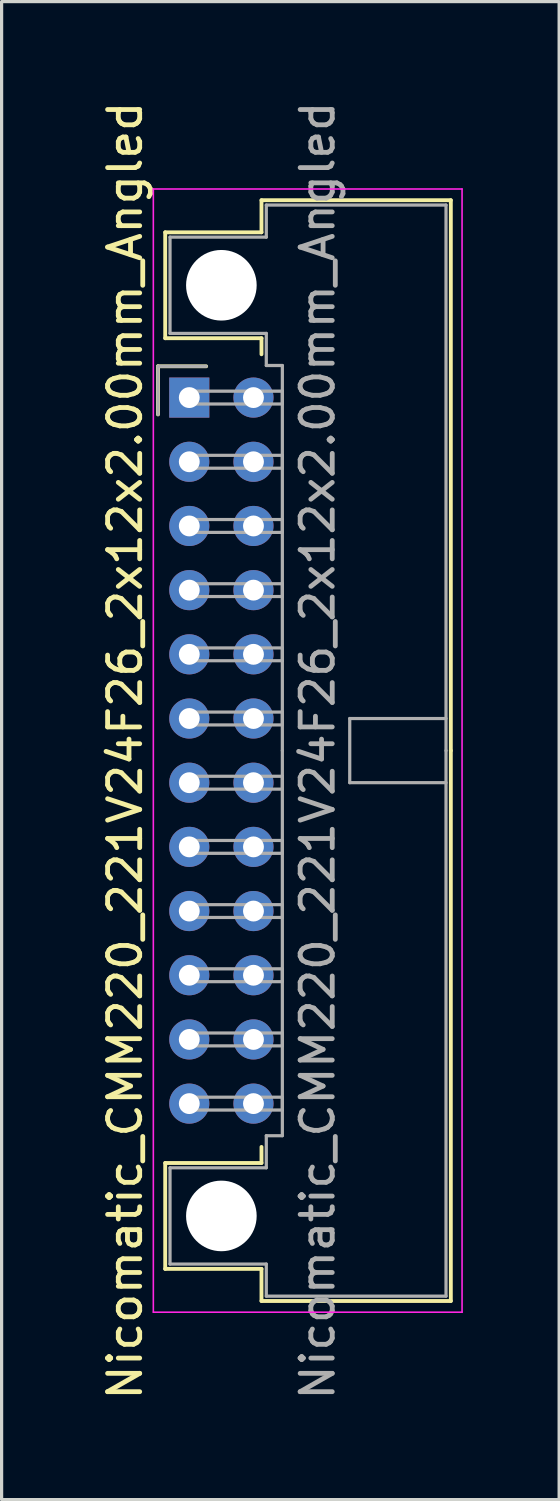
<source format=kicad_pcb>
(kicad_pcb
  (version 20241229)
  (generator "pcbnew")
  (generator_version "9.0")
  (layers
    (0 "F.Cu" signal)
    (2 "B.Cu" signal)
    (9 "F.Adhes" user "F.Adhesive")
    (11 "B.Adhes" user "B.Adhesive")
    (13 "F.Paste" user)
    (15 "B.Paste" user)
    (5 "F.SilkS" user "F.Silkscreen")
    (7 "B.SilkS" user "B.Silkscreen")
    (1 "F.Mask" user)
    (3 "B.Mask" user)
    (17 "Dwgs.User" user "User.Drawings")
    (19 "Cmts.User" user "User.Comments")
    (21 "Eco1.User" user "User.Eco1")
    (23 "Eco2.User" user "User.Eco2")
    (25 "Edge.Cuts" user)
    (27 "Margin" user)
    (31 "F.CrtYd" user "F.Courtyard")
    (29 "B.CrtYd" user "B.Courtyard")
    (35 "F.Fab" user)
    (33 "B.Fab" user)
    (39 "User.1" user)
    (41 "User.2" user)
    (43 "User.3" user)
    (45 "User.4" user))
  (footprint "Nicomatic_CMM220_221V24F26_2x12x2.00mm_Angled"
    (layer "F.Cu")
    (at 2.848 9.339)
    (property "Reference" "Nicomatic_CMM220_221V24F26_2x12x2.00mm_Angled" (at -2 11 90) (layer "F.SilkS") (effects (font (size 1 1) (thickness 0.15))))
    (attr through_hole)
    (fp_line (start -0.975 -0.975) (end -0.975 0.525) (stroke (width 0.12) (type solid)) (layer "F.SilkS"))
    (fp_line (start -0.75 -5.15) (end -0.75 -1.85) (stroke (width 0.12) (type solid)) (layer "F.SilkS"))
    (fp_line (start -0.75 -1.85) (end 2.25 -1.85) (stroke (width 0.12) (type solid)) (layer "F.SilkS"))
    (fp_line (start -0.75 23.85) (end 2.25 23.85) (stroke (width 0.12) (type solid)) (layer "F.SilkS"))
    (fp_line (start -0.75 27.15) (end -0.75 23.85) (stroke (width 0.12) (type solid)) (layer "F.SilkS"))
    (fp_line (start 0.525 -0.975) (end -0.975 -0.975) (stroke (width 0.12) (type solid)) (layer "F.SilkS"))
    (fp_line (start 2.25 -6.15) (end 2.25 -5.15) (stroke (width 0.12) (type solid)) (layer "F.SilkS"))
    (fp_line (start 2.25 -5.15) (end -0.75 -5.15) (stroke (width 0.12) (type solid)) (layer "F.SilkS"))
    (fp_line (start 2.25 -1.85) (end 2.25 -1.35) (stroke (width 0.12) (type solid)) (layer "F.SilkS"))
    (fp_line (start 2.25 23.85) (end 2.25 23.35) (stroke (width 0.12) (type solid)) (layer "F.SilkS"))
    (fp_line (start 2.25 27.15) (end -0.75 27.15) (stroke (width 0.12) (type solid)) (layer "F.SilkS"))
    (fp_line (start 2.25 28.15) (end 2.25 27.15) (stroke (width 0.12) (type solid)) (layer "F.SilkS"))
    (fp_line (start 8.15 -6.15) (end 2.25 -6.15) (stroke (width 0.12) (type solid)) (layer "F.SilkS"))
    (fp_line (start 8.15 11) (end 8.15 -6.15) (stroke (width 0.12) (type solid)) (layer "F.SilkS"))
    (fp_line (start 8.15 11) (end 8.15 28.15) (stroke (width 0.12) (type solid)) (layer "F.SilkS"))
    (fp_line (start 8.15 28.15) (end 2.25 28.15) (stroke (width 0.12) (type solid)) (layer "F.SilkS"))
    (fp_line (start -1.12 -6.5) (end -1.12 28.5) (stroke (width 0.05) (type solid)) (layer "F.CrtYd"))
    (fp_line (start -1.12 28.5) (end 8.5 28.5) (stroke (width 0.05) (type solid)) (layer "F.CrtYd"))
    (fp_line (start 8.5 -6.5) (end -1.12 -6.5) (stroke (width 0.05) (type solid)) (layer "F.CrtYd"))
    (fp_line (start 8.5 28.5) (end 8.5 -6.5) (stroke (width 0.05) (type solid)) (layer "F.CrtYd"))
    (fp_line (start -0.975 -0.975) (end -0.975 0.525) (stroke (width 0.1) (type solid)) (layer "F.Fab"))
    (fp_line (start -0.6 -5) (end -0.6 -2) (stroke (width 0.1) (type solid)) (layer "F.Fab"))
    (fp_line (start -0.6 -2) (end 2.4 -2) (stroke (width 0.1) (type solid)) (layer "F.Fab"))
    (fp_line (start -0.6 24) (end 2.4 24) (stroke (width 0.1) (type solid)) (layer "F.Fab"))
    (fp_line (start -0.6 27) (end -0.6 24) (stroke (width 0.1) (type solid)) (layer "F.Fab"))
    (fp_line (start 0 -0.2) (end 0 0.2) (stroke (width 0.1) (type solid)) (layer "F.Fab"))
    (fp_line (start 0 0.2) (end 2.9 0.2) (stroke (width 0.1) (type solid)) (layer "F.Fab"))
    (fp_line (start 0 1.8) (end 0 2.2) (stroke (width 0.1) (type solid)) (layer "F.Fab"))
    (fp_line (start 0 2.2) (end 2.9 2.2) (stroke (width 0.1) (type solid)) (layer "F.Fab"))
    (fp_line (start 0 3.8) (end 0 4.2) (stroke (width 0.1) (type solid)) (layer "F.Fab"))
    (fp_line (start 0 4.2) (end 2.9 4.2) (stroke (width 0.1) (type solid)) (layer "F.Fab"))
    (fp_line (start 0 5.8) (end 0 6.2) (stroke (width 0.1) (type solid)) (layer "F.Fab"))
    (fp_line (start 0 6.2) (end 2.9 6.2) (stroke (width 0.1) (type solid)) (layer "F.Fab"))
    (fp_line (start 0 7.8) (end 0 8.2) (stroke (width 0.1) (type solid)) (layer "F.Fab"))
    (fp_line (start 0 8.2) (end 2.9 8.2) (stroke (width 0.1) (type solid)) (layer "F.Fab"))
    (fp_line (start 0 9.8) (end 0 10.2) (stroke (width 0.1) (type solid)) (layer "F.Fab"))
    (fp_line (start 0 10.2) (end 2.9 10.2) (stroke (width 0.1) (type solid)) (layer "F.Fab"))
    (fp_line (start 0 11.8) (end 0 12.2) (stroke (width 0.1) (type solid)) (layer "F.Fab"))
    (fp_line (start 0 12.2) (end 2.9 12.2) (stroke (width 0.1) (type solid)) (layer "F.Fab"))
    (fp_line (start 0 13.8) (end 0 14.2) (stroke (width 0.1) (type solid)) (layer "F.Fab"))
    (fp_line (start 0 14.2) (end 2.9 14.2) (stroke (width 0.1) (type solid)) (layer "F.Fab"))
    (fp_line (start 0 15.8) (end 0 16.2) (stroke (width 0.1) (type solid)) (layer "F.Fab"))
    (fp_line (start 0 16.2) (end 2.9 16.2) (stroke (width 0.1) (type solid)) (layer "F.Fab"))
    (fp_line (start 0 17.8) (end 0 18.2) (stroke (width 0.1) (type solid)) (layer "F.Fab"))
    (fp_line (start 0 18.2) (end 2.9 18.2) (stroke (width 0.1) (type solid)) (layer "F.Fab"))
    (fp_line (start 0 19.8) (end 0 20.2) (stroke (width 0.1) (type solid)) (layer "F.Fab"))
    (fp_line (start 0 20.2) (end 2.9 20.2) (stroke (width 0.1) (type solid)) (layer "F.Fab"))
    (fp_line (start 0 21.8) (end 0 22.2) (stroke (width 0.1) (type solid)) (layer "F.Fab"))
    (fp_line (start 0 22.2) (end 2.9 22.2) (stroke (width 0.1) (type solid)) (layer "F.Fab"))
    (fp_line (start 0.525 -0.975) (end -0.975 -0.975) (stroke (width 0.1) (type solid)) (layer "F.Fab"))
    (fp_line (start 2.4 -6) (end 2.4 -5) (stroke (width 0.1) (type solid)) (layer "F.Fab"))
    (fp_line (start 2.4 -5) (end -0.6 -5) (stroke (width 0.1) (type solid)) (layer "F.Fab"))
    (fp_line (start 2.4 -2) (end 2.4 -1) (stroke (width 0.1) (type solid)) (layer "F.Fab"))
    (fp_line (start 2.4 -1) (end 2.9 -1) (stroke (width 0.1) (type solid)) (layer "F.Fab"))
    (fp_line (start 2.4 23) (end 2.9 23) (stroke (width 0.1) (type solid)) (layer "F.Fab"))
    (fp_line (start 2.4 24) (end 2.4 23) (stroke (width 0.1) (type solid)) (layer "F.Fab"))
    (fp_line (start 2.4 27) (end -0.6 27) (stroke (width 0.1) (type solid)) (layer "F.Fab"))
    (fp_line (start 2.4 28) (end 2.4 27) (stroke (width 0.1) (type solid)) (layer "F.Fab"))
    (fp_line (start 2.9 -1) (end 2.9 11) (stroke (width 0.1) (type solid)) (layer "F.Fab"))
    (fp_line (start 2.9 -0.2) (end 0 -0.2) (stroke (width 0.1) (type solid)) (layer "F.Fab"))
    (fp_line (start 2.9 0.2) (end 2.9 -0.2) (stroke (width 0.1) (type solid)) (layer "F.Fab"))
    (fp_line (start 2.9 1.8) (end 0 1.8) (stroke (width 0.1) (type solid)) (layer "F.Fab"))
    (fp_line (start 2.9 2.2) (end 2.9 1.8) (stroke (width 0.1) (type solid)) (layer "F.Fab"))
    (fp_line (start 2.9 3.8) (end 0 3.8) (stroke (width 0.1) (type solid)) (layer "F.Fab"))
    (fp_line (start 2.9 4.2) (end 2.9 3.8) (stroke (width 0.1) (type solid)) (layer "F.Fab"))
    (fp_line (start 2.9 5.8) (end 0 5.8) (stroke (width 0.1) (type solid)) (layer "F.Fab"))
    (fp_line (start 2.9 6.2) (end 2.9 5.8) (stroke (width 0.1) (type solid)) (layer "F.Fab"))
    (fp_line (start 2.9 7.8) (end 0 7.8) (stroke (width 0.1) (type solid)) (layer "F.Fab"))
    (fp_line (start 2.9 8.2) (end 2.9 7.8) (stroke (width 0.1) (type solid)) (layer "F.Fab"))
    (fp_line (start 2.9 9.8) (end 0 9.8) (stroke (width 0.1) (type solid)) (layer "F.Fab"))
    (fp_line (start 2.9 10.2) (end 2.9 9.8) (stroke (width 0.1) (type solid)) (layer "F.Fab"))
    (fp_line (start 2.9 11.8) (end 0 11.8) (stroke (width 0.1) (type solid)) (layer "F.Fab"))
    (fp_line (start 2.9 12.2) (end 2.9 11.8) (stroke (width 0.1) (type solid)) (layer "F.Fab"))
    (fp_line (start 2.9 13.8) (end 0 13.8) (stroke (width 0.1) (type solid)) (layer "F.Fab"))
    (fp_line (start 2.9 14.2) (end 2.9 13.8) (stroke (width 0.1) (type solid)) (layer "F.Fab"))
    (fp_line (start 2.9 15.8) (end 0 15.8) (stroke (width 0.1) (type solid)) (layer "F.Fab"))
    (fp_line (start 2.9 16.2) (end 2.9 15.8) (stroke (width 0.1) (type solid)) (layer "F.Fab"))
    (fp_line (start 2.9 17.8) (end 0 17.8) (stroke (width 0.1) (type solid)) (layer "F.Fab"))
    (fp_line (start 2.9 18.2) (end 2.9 17.8) (stroke (width 0.1) (type solid)) (layer "F.Fab"))
    (fp_line (start 2.9 19.8) (end 0 19.8) (stroke (width 0.1) (type solid)) (layer "F.Fab"))
    (fp_line (start 2.9 20.2) (end 2.9 19.8) (stroke (width 0.1) (type solid)) (layer "F.Fab"))
    (fp_line (start 2.9 21.8) (end 0 21.8) (stroke (width 0.1) (type solid)) (layer "F.Fab"))
    (fp_line (start 2.9 22.2) (end 2.9 21.8) (stroke (width 0.1) (type solid)) (layer "F.Fab"))
    (fp_line (start 2.9 23) (end 2.9 11) (stroke (width 0.1) (type solid)) (layer "F.Fab"))
    (fp_line (start 5 10) (end 5 12) (stroke (width 0.1) (type solid)) (layer "F.Fab"))
    (fp_line (start 5 12) (end 8 12) (stroke (width 0.1) (type solid)) (layer "F.Fab"))
    (fp_line (start 8 -6) (end 2.4 -6) (stroke (width 0.1) (type solid)) (layer "F.Fab"))
    (fp_line (start 8 10) (end 5 10) (stroke (width 0.1) (type solid)) (layer "F.Fab"))
    (fp_line (start 8 11) (end 8 -6) (stroke (width 0.1) (type solid)) (layer "F.Fab"))
    (fp_line (start 8 11) (end 8 28) (stroke (width 0.1) (type solid)) (layer "F.Fab"))
    (fp_line (start 8 28) (end 2.4 28) (stroke (width 0.1) (type solid)) (layer "F.Fab"))
    (fp_text user "${REFERENCE}" (at 4 11 90) (layer "F.Fab") (effects (font (size 1 1) (thickness 0.15))))
    (pad "" np_thru_hole circle (at 1 -3.5) (size 2.2 2.2) (drill 2.2) (layers "*.Cu" "*.Mask"))
    (pad "" np_thru_hole circle (at 1 25.5) (size 2.2 2.2) (drill 2.2) (layers "*.Cu" "*.Mask"))
    (pad "1" thru_hole rect (at 0 0) (size 1.25 1.25) (drill 0.65) (layers "*.Cu" "*.Mask"))
    (pad "2" thru_hole oval (at 0 2) (size 1.25 1.25) (drill 0.65) (layers "*.Cu" "*.Mask"))
    (pad "3" thru_hole oval (at 0 4) (size 1.25 1.25) (drill 0.65) (layers "*.Cu" "*.Mask"))
    (pad "4" thru_hole oval (at 0 6) (size 1.25 1.25) (drill 0.65) (layers "*.Cu" "*.Mask"))
    (pad "5" thru_hole oval (at 0 8) (size 1.25 1.25) (drill 0.65) (layers "*.Cu" "*.Mask"))
    (pad "6" thru_hole oval (at 0 10) (size 1.25 1.25) (drill 0.65) (layers "*.Cu" "*.Mask"))
    (pad "7" thru_hole oval (at 0 12) (size 1.25 1.25) (drill 0.65) (layers "*.Cu" "*.Mask"))
    (pad "8" thru_hole oval (at 0 14) (size 1.25 1.25) (drill 0.65) (layers "*.Cu" "*.Mask"))
    (pad "9" thru_hole oval (at 0 16) (size 1.25 1.25) (drill 0.65) (layers "*.Cu" "*.Mask"))
    (pad "10" thru_hole oval (at 0 18) (size 1.25 1.25) (drill 0.65) (layers "*.Cu" "*.Mask"))
    (pad "11" thru_hole oval (at 0 20) (size 1.25 1.25) (drill 0.65) (layers "*.Cu" "*.Mask"))
    (pad "12" thru_hole oval (at 0 22) (size 1.25 1.25) (drill 0.65) (layers "*.Cu" "*.Mask"))
    (pad "13" thru_hole oval (at 2 0) (size 1.25 1.25) (drill 0.65) (layers "*.Cu" "*.Mask"))
    (pad "14" thru_hole oval (at 2 2) (size 1.25 1.25) (drill 0.65) (layers "*.Cu" "*.Mask"))
    (pad "15" thru_hole oval (at 2 4) (size 1.25 1.25) (drill 0.65) (layers "*.Cu" "*.Mask"))
    (pad "16" thru_hole oval (at 2 6) (size 1.25 1.25) (drill 0.65) (layers "*.Cu" "*.Mask"))
    (pad "17" thru_hole oval (at 2 8) (size 1.25 1.25) (drill 0.65) (layers "*.Cu" "*.Mask"))
    (pad "18" thru_hole oval (at 2 10) (size 1.25 1.25) (drill 0.65) (layers "*.Cu" "*.Mask"))
    (pad "19" thru_hole oval (at 2 12) (size 1.25 1.25) (drill 0.65) (layers "*.Cu" "*.Mask"))
    (pad "20" thru_hole oval (at 2 14) (size 1.25 1.25) (drill 0.65) (layers "*.Cu" "*.Mask"))
    (pad "21" thru_hole oval (at 2 16) (size 1.25 1.25) (drill 0.65) (layers "*.Cu" "*.Mask"))
    (pad "22" thru_hole oval (at 2 18) (size 1.25 1.25) (drill 0.65) (layers "*.Cu" "*.Mask"))
    (pad "23" thru_hole oval (at 2 20) (size 1.25 1.25) (drill 0.65) (layers "*.Cu" "*.Mask"))
    (pad "24" thru_hole oval (at 2 22) (size 1.25 1.25) (drill 0.65) (layers "*.Cu" "*.Mask")))
  (gr_rect
    (start -3 -3)
    (end 14.373 43.679)
    (stroke (width 0.1) (type default))
    (fill no)
    (layer "Edge.Cuts")))
</source>
